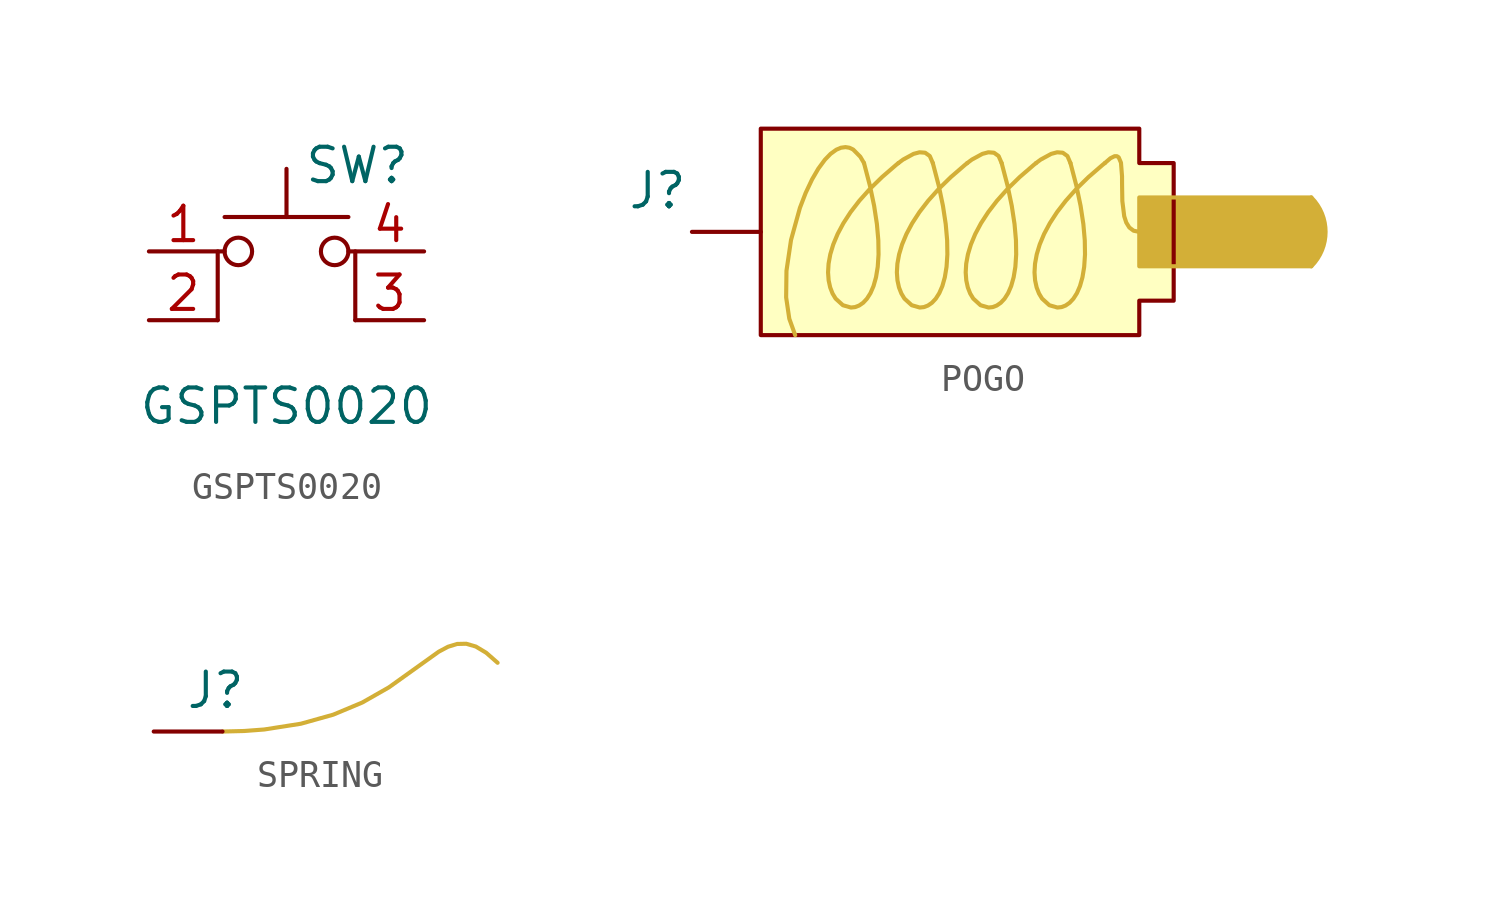
<source format=kicad_sym>
(kicad_symbol_lib
  (version 20241209)
  (generator "kicad_symbol_editor")
  (generator_version "9.0")
  (symbol "GSPTS0020"
    (pin_names
      (offset 1.016)
      (hide yes))
    (property "Reference" "SW"
      (at 0.635 5.715 0)
      (effects (font (size 1.27 1.27)) (justify left)))
    (property "Value" "GSPTS0020"
      (at 0 -3.175 0)
      (effects (font (size 1.27 1.27))))
    (symbol "GSPTS0020_0_1"
      (polyline (pts (xy -2.54 0) (xy -2.54 2.54) (xy -2.286 2.54)) (stroke (width 0) (type default)) (fill (type none)))
      (polyline (pts (xy -2.286 3.81) (xy 2.286 3.81)) (stroke (width 0) (type default)) (fill (type none)))
      (circle (center -1.778 2.54) (radius 0.508) (stroke (width 0) (type default)) (fill (type none)))
      (polyline (pts (xy 0 3.81) (xy 0 5.588)) (stroke (width 0) (type default)) (fill (type none)))
      (circle (center 1.778 2.54) (radius 0.508) (stroke (width 0) (type default)) (fill (type none)))
      (polyline (pts (xy 2.54 0) (xy 2.54 2.54) (xy 2.286 2.54)) (stroke (width 0) (type default)) (fill (type none)))
      (pin passive line (at -5.08 2.54 0) (length 2.54) (name "1" (effects (font (size 1.27 1.27)))) (number "1" (effects (font (size 1.27 1.27)))))
      (pin passive line (at -5.08 0 0) (length 2.54) (name "2" (effects (font (size 1.27 1.27)))) (number "2" (effects (font (size 1.27 1.27)))))
      (pin passive line (at 5.08 2.54 180) (length 2.54) (name "A" (effects (font (size 1.27 1.27)))) (number "4" (effects (font (size 1.27 1.27)))))
      (pin passive line (at 5.08 0 180) (length 2.54) (name "K" (effects (font (size 1.27 1.27)))) (number "3" (effects (font (size 1.27 1.27)))))))
  (symbol "POGO"
    (pin_numbers
      (hide yes))
    (pin_names
      (hide yes))
    (property "Reference" "J"
      (at -3.81 1.524 0)
      (effects (font (size 1.27 1.27))))
    (property "Value" ""
      (at 0 0 0)
      (effects (font (size 1.27 1.27))))
    (symbol "POGO_1_1"
      (polyline (pts (xy 0 0) (xy 0 3.81) (xy 13.97 3.81) (xy 13.97 2.54) (xy 15.24 2.54) (xy 15.24 -2.54) (xy 13.97 -2.54) (xy 13.97 -3.81) (xy 0 -3.81) (xy 0 0)) (stroke (width 0) (type solid)) (fill (type background)))
      (bezier (pts (xy 1.27 -3.81) (xy 0 -1.27) (xy 2.54 5.08) (xy 3.81 2.54)) (stroke (width 0) (type default) (color 211 175 55 1)) (fill (type none)))
      (bezier (pts (xy 3.81 2.54) (xy 6.35 -6.35) (xy -1.27 -2.54) (xy 5.08 2.54)) (stroke (width 0) (type default) (color 211 175 55 1)) (fill (type none)))
      (bezier (pts (xy 5.08 2.54) (xy 5.08 2.54) (xy 6.149 3.444) (xy 6.35 2.54)) (stroke (width 0) (type default) (color 211 175 55 1)) (fill (type none)))
      (bezier (pts (xy 6.35 2.54) (xy 8.89 -6.35) (xy 1.27 -2.54) (xy 7.62 2.54)) (stroke (width 0) (type default) (color 211 175 55 1)) (fill (type none)))
      (bezier (pts (xy 7.62 2.54) (xy 7.62 2.54) (xy 8.689 3.444) (xy 8.89 2.54)) (stroke (width 0) (type default) (color 211 175 55 1)) (fill (type none)))
      (bezier (pts (xy 8.89 2.54) (xy 11.43 -6.35) (xy 3.81 -2.54) (xy 10.16 2.54)) (stroke (width 0) (type default) (color 211 175 55 1)) (fill (type none)))
      (bezier (pts (xy 10.16 2.54) (xy 10.16 2.54) (xy 11.229 3.444) (xy 11.43 2.54)) (stroke (width 0) (type default) (color 211 175 55 1)) (fill (type none)))
      (bezier (pts (xy 11.43 2.54) (xy 13.97 -6.35) (xy 6.35 -2.54) (xy 12.7 2.54)) (stroke (width 0) (type default) (color 211 175 55 1)) (fill (type none)))
      (bezier (pts (xy 12.7 2.54) (xy 13.97 3.81) (xy 12.7 0) (xy 13.97 0)) (stroke (width 0) (type default) (color 211 175 55 1)) (fill (type none)))
      (arc (start 20.32 1.27) (mid 20.8461 0) (end 20.32 -1.27) (stroke (width 0) (type default) (color 211 175 55 1)) (fill (type color) (color 211 175 55 1)))
      (polyline (pts (xy 20.32 1.27) (xy 13.97 1.27) (xy 13.97 -1.27) (xy 20.32 -1.27)) (stroke (width 0) (type default) (color 211 175 55 1)) (fill (type color) (color 211 175 55 1)))
      (pin passive line (at -2.54 0 0) (length 2.54) (name "1" (effects (font (size 1.27 1.27)))) (number "1" (effects (font (size 1.27 1.27)))))))
  (symbol "SPRING"
    (pin_numbers
      (hide yes))
    (pin_names
      (hide yes))
    (property "Reference" "J"
      (at -0.254 1.524 0)
      (effects (font (size 1.27 1.27))))
    (property "Value" ""
      (at 0 0 0)
      (effects (font (size 1.27 1.27))))
    (symbol "SPRING_1_1"
      (bezier (pts (xy 0 0) (xy 7.62 0) (xy 7.62 5.08) (xy 10.16 2.54)) (stroke (width 0) (type solid) (color 211 175 55 1)) (fill (type none)))
      (pin passive line (at -2.54 0 0) (length 2.54) (name "1" (effects (font (size 1.27 1.27)))) (number "1" (effects (font (size 1.27 1.27))))))))
</source>
